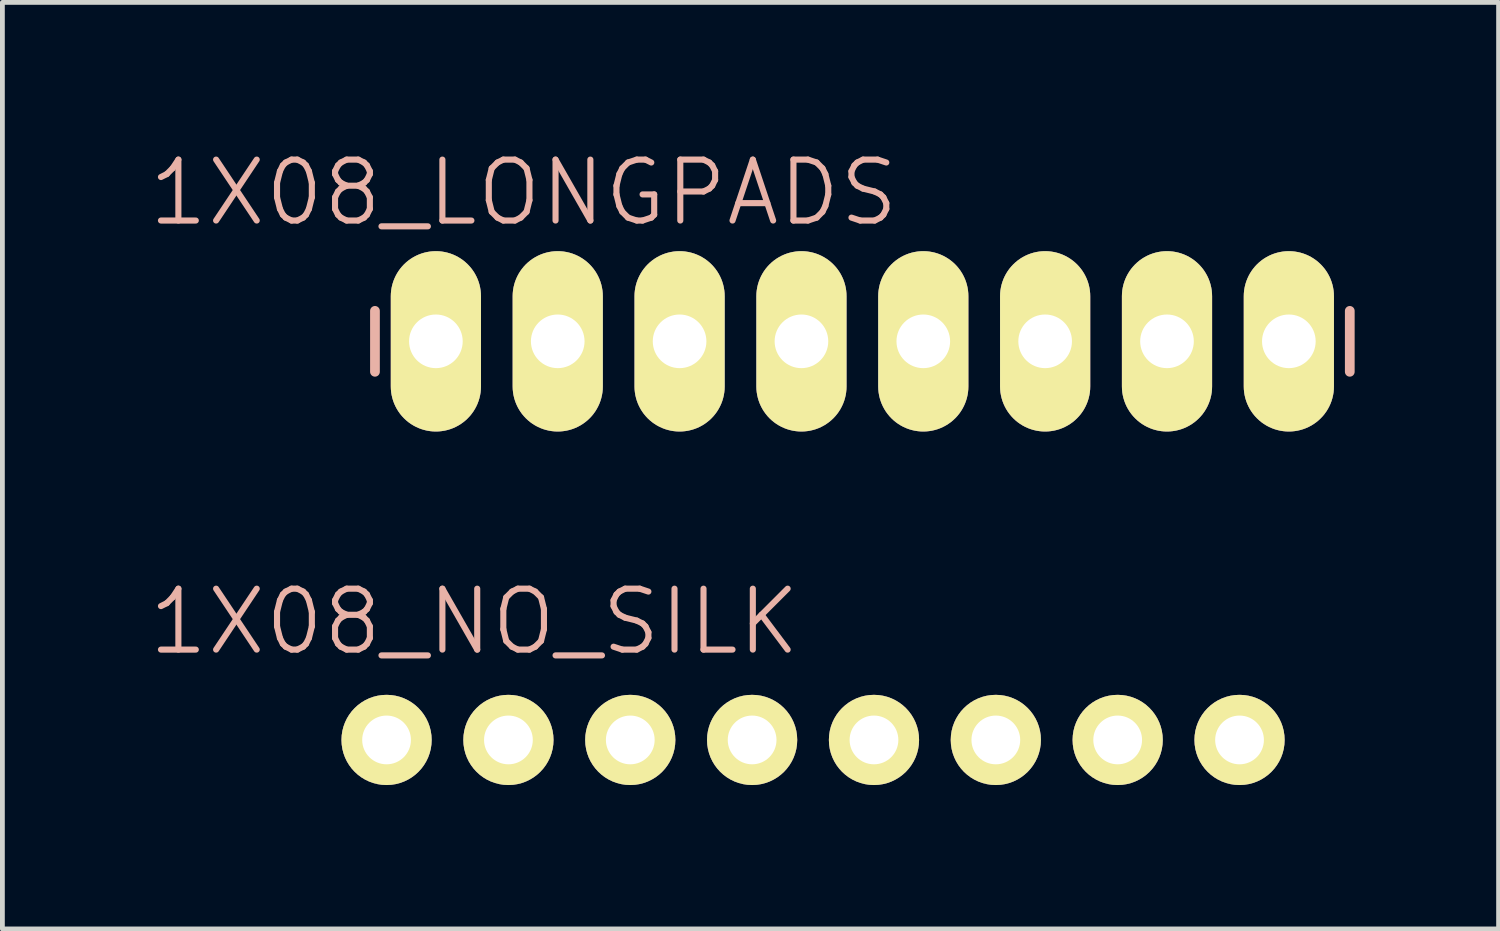
<source format=kicad_pcb>
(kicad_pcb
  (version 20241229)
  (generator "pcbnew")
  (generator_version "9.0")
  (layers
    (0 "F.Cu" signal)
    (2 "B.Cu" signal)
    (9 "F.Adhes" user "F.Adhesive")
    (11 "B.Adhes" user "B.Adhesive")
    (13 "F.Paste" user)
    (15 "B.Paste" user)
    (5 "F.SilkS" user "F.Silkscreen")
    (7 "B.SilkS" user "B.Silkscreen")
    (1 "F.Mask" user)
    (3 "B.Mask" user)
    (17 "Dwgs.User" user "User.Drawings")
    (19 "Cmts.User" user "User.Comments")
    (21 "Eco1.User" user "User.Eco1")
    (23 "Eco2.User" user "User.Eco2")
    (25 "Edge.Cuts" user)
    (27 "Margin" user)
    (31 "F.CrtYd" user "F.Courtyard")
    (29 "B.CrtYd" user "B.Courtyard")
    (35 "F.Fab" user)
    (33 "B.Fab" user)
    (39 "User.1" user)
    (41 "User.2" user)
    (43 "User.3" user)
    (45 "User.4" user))
  (footprint "1X08_NO_SILK"
    (layer "F.Cu")
    (at 5.008 12.374)
    (property "Reference" "1X08_NO_SILK" (at 1.829 -2.464 0) (layer "B.SilkS") (effects (font (size 1.27 1.27) (thickness 0.127))))
    (attr exclude_from_pos_files exclude_from_bom)
    (fp_line (start -0.254 -0.254) (end 0.254 -0.254) (stroke (width 0.066) (type solid)) (layer "F.SilkS"))
    (fp_line (start -0.254 0.254) (end -0.254 -0.254) (stroke (width 0.066) (type solid)) (layer "F.SilkS"))
    (fp_line (start -0.254 0.254) (end 0.254 0.254) (stroke (width 0.066) (type solid)) (layer "F.SilkS"))
    (fp_line (start 0.254 0.254) (end 0.254 -0.254) (stroke (width 0.066) (type solid)) (layer "F.SilkS"))
    (fp_line (start 2.286 -0.254) (end 2.794 -0.254) (stroke (width 0.066) (type solid)) (layer "F.SilkS"))
    (fp_line (start 2.286 0.254) (end 2.286 -0.254) (stroke (width 0.066) (type solid)) (layer "F.SilkS"))
    (fp_line (start 2.286 0.254) (end 2.794 0.254) (stroke (width 0.066) (type solid)) (layer "F.SilkS"))
    (fp_line (start 2.794 0.254) (end 2.794 -0.254) (stroke (width 0.066) (type solid)) (layer "F.SilkS"))
    (fp_line (start 4.826 -0.254) (end 5.334 -0.254) (stroke (width 0.066) (type solid)) (layer "F.SilkS"))
    (fp_line (start 4.826 0.254) (end 4.826 -0.254) (stroke (width 0.066) (type solid)) (layer "F.SilkS"))
    (fp_line (start 4.826 0.254) (end 5.334 0.254) (stroke (width 0.066) (type solid)) (layer "F.SilkS"))
    (fp_line (start 5.334 0.254) (end 5.334 -0.254) (stroke (width 0.066) (type solid)) (layer "F.SilkS"))
    (fp_line (start 7.366 -0.254) (end 7.874 -0.254) (stroke (width 0.066) (type solid)) (layer "F.SilkS"))
    (fp_line (start 7.366 0.254) (end 7.366 -0.254) (stroke (width 0.066) (type solid)) (layer "F.SilkS"))
    (fp_line (start 7.366 0.254) (end 7.874 0.254) (stroke (width 0.066) (type solid)) (layer "F.SilkS"))
    (fp_line (start 7.874 0.254) (end 7.874 -0.254) (stroke (width 0.066) (type solid)) (layer "F.SilkS"))
    (fp_line (start 9.906 -0.254) (end 10.414 -0.254) (stroke (width 0.066) (type solid)) (layer "F.SilkS"))
    (fp_line (start 9.906 0.254) (end 9.906 -0.254) (stroke (width 0.066) (type solid)) (layer "F.SilkS"))
    (fp_line (start 9.906 0.254) (end 10.414 0.254) (stroke (width 0.066) (type solid)) (layer "F.SilkS"))
    (fp_line (start 10.414 0.254) (end 10.414 -0.254) (stroke (width 0.066) (type solid)) (layer "F.SilkS"))
    (fp_line (start 12.446 -0.254) (end 12.954 -0.254) (stroke (width 0.066) (type solid)) (layer "F.SilkS"))
    (fp_line (start 12.446 0.254) (end 12.446 -0.254) (stroke (width 0.066) (type solid)) (layer "F.SilkS"))
    (fp_line (start 12.446 0.254) (end 12.954 0.254) (stroke (width 0.066) (type solid)) (layer "F.SilkS"))
    (fp_line (start 12.954 0.254) (end 12.954 -0.254) (stroke (width 0.066) (type solid)) (layer "F.SilkS"))
    (fp_line (start 14.986 -0.254) (end 15.494 -0.254) (stroke (width 0.066) (type solid)) (layer "F.SilkS"))
    (fp_line (start 14.986 0.254) (end 14.986 -0.254) (stroke (width 0.066) (type solid)) (layer "F.SilkS"))
    (fp_line (start 14.986 0.254) (end 15.494 0.254) (stroke (width 0.066) (type solid)) (layer "F.SilkS"))
    (fp_line (start 15.494 0.254) (end 15.494 -0.254) (stroke (width 0.066) (type solid)) (layer "F.SilkS"))
    (fp_line (start 17.523 -0.254) (end 18.034 -0.254) (stroke (width 0.066) (type solid)) (layer "F.SilkS"))
    (fp_line (start 17.523 0.254) (end 17.523 -0.254) (stroke (width 0.066) (type solid)) (layer "F.SilkS"))
    (fp_line (start 17.523 0.254) (end 18.034 0.254) (stroke (width 0.066) (type solid)) (layer "F.SilkS"))
    (fp_line (start 18.034 0.254) (end 18.034 -0.254) (stroke (width 0.066) (type solid)) (layer "F.SilkS"))
    (pad "1" thru_hole circle (at 0 0) (size 1.88 1.88) (drill 1.016) (layers "*.Cu" "F.Mask" "F.SilkS" "F.Paste"))
    (pad "2" thru_hole circle (at 2.54 0) (size 1.88 1.88) (drill 1.016) (layers "*.Cu" "F.Mask" "F.SilkS" "F.Paste"))
    (pad "3" thru_hole circle (at 5.08 0) (size 1.88 1.88) (drill 1.016) (layers "*.Cu" "F.Mask" "F.SilkS" "F.Paste"))
    (pad "4" thru_hole circle (at 7.62 0) (size 1.88 1.88) (drill 1.016) (layers "*.Cu" "F.Mask" "F.SilkS" "F.Paste"))
    (pad "5" thru_hole circle (at 10.16 0) (size 1.88 1.88) (drill 1.016) (layers "*.Cu" "F.Mask" "F.SilkS" "F.Paste"))
    (pad "6" thru_hole circle (at 12.7 0) (size 1.88 1.88) (drill 1.016) (layers "*.Cu" "F.Mask" "F.SilkS" "F.Paste"))
    (pad "7" thru_hole circle (at 15.24 0) (size 1.88 1.88) (drill 1.016) (layers "*.Cu" "F.Mask" "F.SilkS" "F.Paste"))
    (pad "8" thru_hole circle (at 17.78 0) (size 1.88 1.88) (drill 1.016) (layers "*.Cu" "F.Mask" "F.SilkS" "F.Paste")))
  (footprint "1X08_LONGPADS"
    (layer "F.Cu")
    (at 6.036 4.065)
    (property "Reference" "1X08_LONGPADS" (at 1.829 -3.099 0) (layer "B.SilkS") (effects (font (size 1.27 1.27) (thickness 0.127))))
    (attr exclude_from_pos_files exclude_from_bom)
    (fp_line (start -0.254 -0.254) (end 0.254 -0.254) (stroke (width 0.066) (type solid)) (layer "F.SilkS"))
    (fp_line (start -0.254 0.254) (end -0.254 -0.254) (stroke (width 0.066) (type solid)) (layer "F.SilkS"))
    (fp_line (start -0.254 0.254) (end 0.254 0.254) (stroke (width 0.066) (type solid)) (layer "F.SilkS"))
    (fp_line (start 0.254 0.254) (end 0.254 -0.254) (stroke (width 0.066) (type solid)) (layer "F.SilkS"))
    (fp_line (start 2.286 -0.254) (end 2.794 -0.254) (stroke (width 0.066) (type solid)) (layer "F.SilkS"))
    (fp_line (start 2.286 0.254) (end 2.286 -0.254) (stroke (width 0.066) (type solid)) (layer "F.SilkS"))
    (fp_line (start 2.286 0.254) (end 2.794 0.254) (stroke (width 0.066) (type solid)) (layer "F.SilkS"))
    (fp_line (start 2.794 0.254) (end 2.794 -0.254) (stroke (width 0.066) (type solid)) (layer "F.SilkS"))
    (fp_line (start 4.826 -0.254) (end 5.334 -0.254) (stroke (width 0.066) (type solid)) (layer "F.SilkS"))
    (fp_line (start 4.826 0.254) (end 4.826 -0.254) (stroke (width 0.066) (type solid)) (layer "F.SilkS"))
    (fp_line (start 4.826 0.254) (end 5.334 0.254) (stroke (width 0.066) (type solid)) (layer "F.SilkS"))
    (fp_line (start 5.334 0.254) (end 5.334 -0.254) (stroke (width 0.066) (type solid)) (layer "F.SilkS"))
    (fp_line (start 7.366 -0.254) (end 7.874 -0.254) (stroke (width 0.066) (type solid)) (layer "F.SilkS"))
    (fp_line (start 7.366 0.254) (end 7.366 -0.254) (stroke (width 0.066) (type solid)) (layer "F.SilkS"))
    (fp_line (start 7.366 0.254) (end 7.874 0.254) (stroke (width 0.066) (type solid)) (layer "F.SilkS"))
    (fp_line (start 7.874 0.254) (end 7.874 -0.254) (stroke (width 0.066) (type solid)) (layer "F.SilkS"))
    (fp_line (start 9.906 -0.254) (end 10.414 -0.254) (stroke (width 0.066) (type solid)) (layer "F.SilkS"))
    (fp_line (start 9.906 0.254) (end 9.906 -0.254) (stroke (width 0.066) (type solid)) (layer "F.SilkS"))
    (fp_line (start 9.906 0.254) (end 10.414 0.254) (stroke (width 0.066) (type solid)) (layer "F.SilkS"))
    (fp_line (start 10.414 0.254) (end 10.414 -0.254) (stroke (width 0.066) (type solid)) (layer "F.SilkS"))
    (fp_line (start 12.446 -0.254) (end 12.954 -0.254) (stroke (width 0.066) (type solid)) (layer "F.SilkS"))
    (fp_line (start 12.446 0.254) (end 12.446 -0.254) (stroke (width 0.066) (type solid)) (layer "F.SilkS"))
    (fp_line (start 12.446 0.254) (end 12.954 0.254) (stroke (width 0.066) (type solid)) (layer "F.SilkS"))
    (fp_line (start 12.954 0.254) (end 12.954 -0.254) (stroke (width 0.066) (type solid)) (layer "F.SilkS"))
    (fp_line (start 14.986 -0.254) (end 15.494 -0.254) (stroke (width 0.066) (type solid)) (layer "F.SilkS"))
    (fp_line (start 14.986 0.254) (end 14.986 -0.254) (stroke (width 0.066) (type solid)) (layer "F.SilkS"))
    (fp_line (start 14.986 0.254) (end 15.494 0.254) (stroke (width 0.066) (type solid)) (layer "F.SilkS"))
    (fp_line (start 15.494 0.254) (end 15.494 -0.254) (stroke (width 0.066) (type solid)) (layer "F.SilkS"))
    (fp_line (start 17.523 -0.254) (end 18.034 -0.254) (stroke (width 0.066) (type solid)) (layer "F.SilkS"))
    (fp_line (start 17.523 0.254) (end 17.523 -0.254) (stroke (width 0.066) (type solid)) (layer "F.SilkS"))
    (fp_line (start 17.523 0.254) (end 18.034 0.254) (stroke (width 0.066) (type solid)) (layer "F.SilkS"))
    (fp_line (start 18.034 0.254) (end 18.034 -0.254) (stroke (width 0.066) (type solid)) (layer "F.SilkS"))
    (fp_line (start -1.27 -0.635) (end -1.27 0.635) (stroke (width 0.203) (type solid)) (layer "B.SilkS"))
    (fp_line (start 19.05 -0.635) (end 19.05 0.635) (stroke (width 0.203) (type solid)) (layer "B.SilkS"))
    (pad "1" thru_hole oval (at 0 0 180) (size 1.88 3.759) (drill 1.118) (layers "*.Cu" "F.Mask" "F.SilkS" "F.Paste"))
    (pad "2" thru_hole oval (at 2.54 0 180) (size 1.88 3.759) (drill 1.118) (layers "*.Cu" "F.Mask" "F.SilkS" "F.Paste"))
    (pad "3" thru_hole oval (at 5.08 0 180) (size 1.88 3.759) (drill 1.118) (layers "*.Cu" "F.Mask" "F.SilkS" "F.Paste"))
    (pad "4" thru_hole oval (at 7.62 0 180) (size 1.88 3.759) (drill 1.118) (layers "*.Cu" "F.Mask" "F.SilkS" "F.Paste"))
    (pad "5" thru_hole oval (at 10.16 0 180) (size 1.88 3.759) (drill 1.118) (layers "*.Cu" "F.Mask" "F.SilkS" "F.Paste"))
    (pad "6" thru_hole oval (at 12.7 0 180) (size 1.88 3.759) (drill 1.118) (layers "*.Cu" "F.Mask" "F.SilkS" "F.Paste"))
    (pad "7" thru_hole oval (at 15.24 0 180) (size 1.88 3.759) (drill 1.118) (layers "*.Cu" "F.Mask" "F.SilkS" "F.Paste"))
    (pad "8" thru_hole oval (at 17.78 0 180) (size 1.88 3.759) (drill 1.118) (layers "*.Cu" "F.Mask" "F.SilkS" "F.Paste")))
  (gr_rect
    (start -3 -3)
    (end 28.188 16.314)
    (stroke (width 0.1) (type default))
    (fill no)
    (layer "Edge.Cuts")))
</source>
